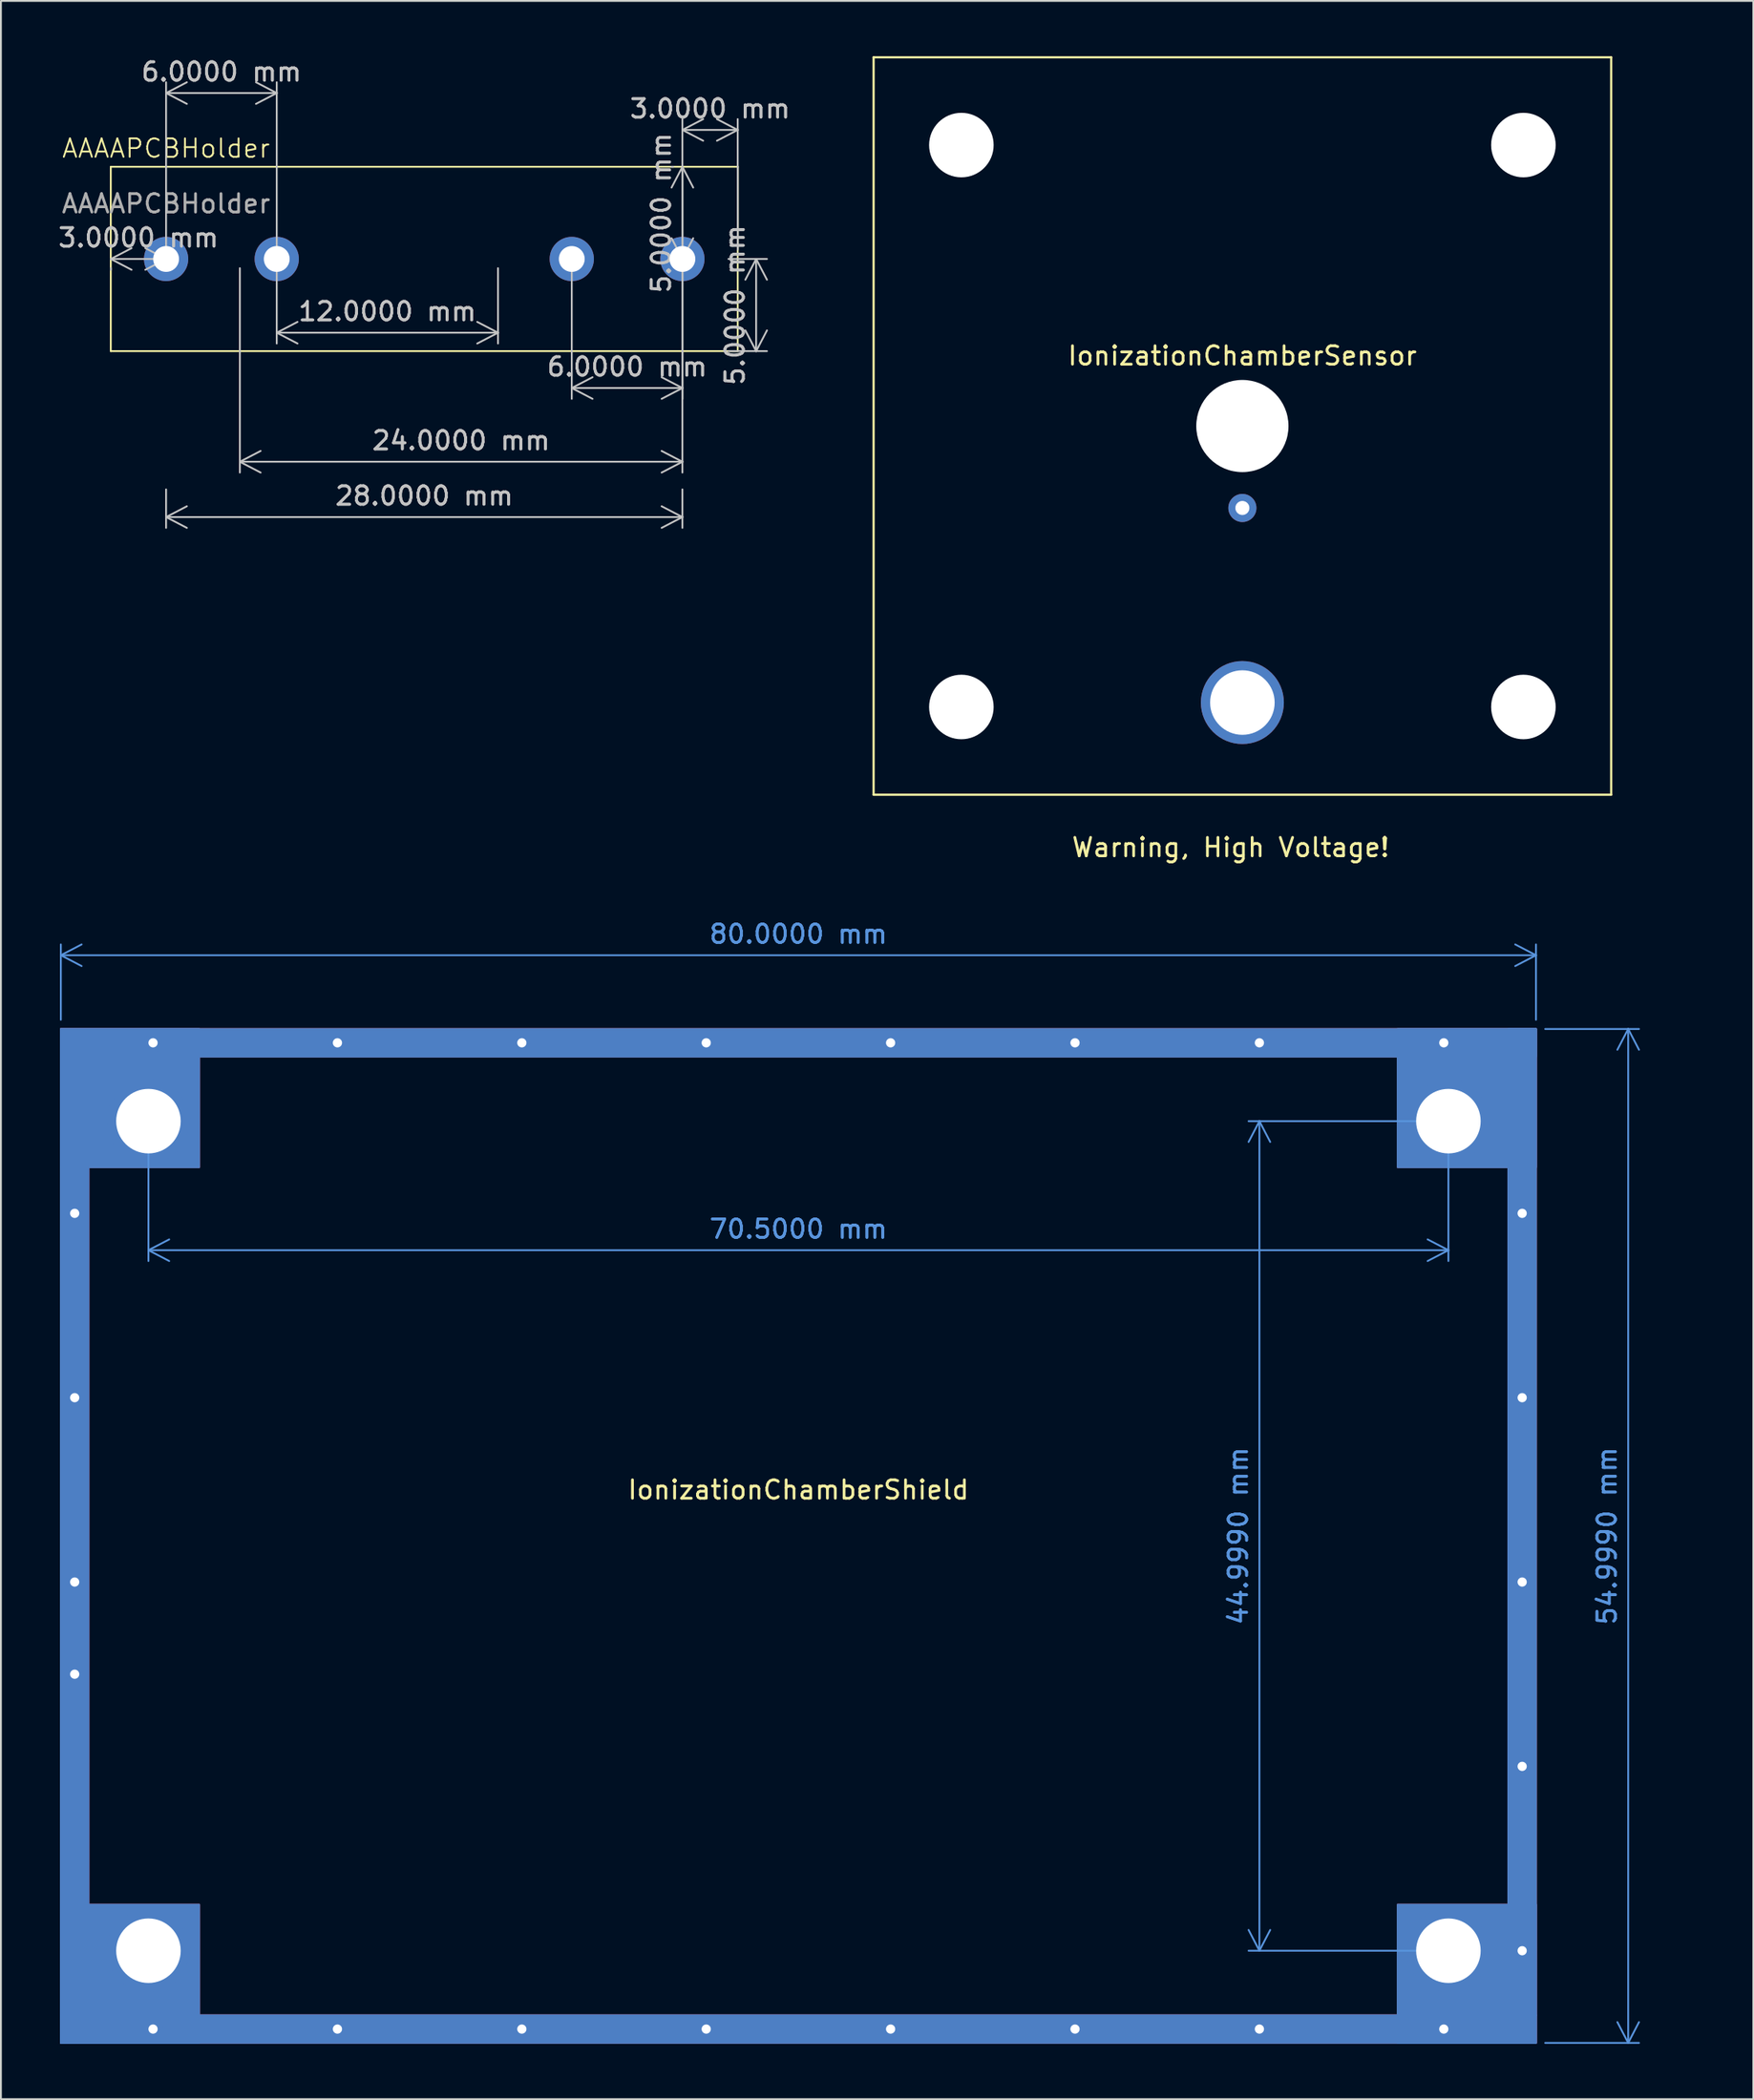
<source format=kicad_pcb>
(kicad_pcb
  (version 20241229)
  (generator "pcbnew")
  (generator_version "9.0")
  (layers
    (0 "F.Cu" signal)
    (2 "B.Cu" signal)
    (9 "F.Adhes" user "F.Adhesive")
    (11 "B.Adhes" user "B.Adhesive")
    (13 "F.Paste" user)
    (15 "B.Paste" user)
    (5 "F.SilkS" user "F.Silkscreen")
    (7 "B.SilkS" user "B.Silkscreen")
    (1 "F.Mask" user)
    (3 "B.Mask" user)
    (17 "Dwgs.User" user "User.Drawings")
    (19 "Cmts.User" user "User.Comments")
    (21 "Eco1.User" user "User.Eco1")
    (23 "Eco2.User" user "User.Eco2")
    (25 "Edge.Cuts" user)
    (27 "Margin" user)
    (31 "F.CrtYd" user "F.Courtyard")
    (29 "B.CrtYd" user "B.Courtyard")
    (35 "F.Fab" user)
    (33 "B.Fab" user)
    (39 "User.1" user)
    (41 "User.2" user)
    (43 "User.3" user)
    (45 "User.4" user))
  (footprint "IonizationChamberSensor"
    (layer "F.Cu")
    (at 64.327 20.06)
    (property "Reference" "IonizationChamberSensor" (at 0 -3.81 0) (layer "F.SilkS") (effects (font (size 1 1) (thickness 0.15))))
    (attr through_hole)
    (fp_line (start -20 -20) (end 20 -20) (stroke (width 0.12) (type solid)) (layer "F.SilkS"))
    (fp_line (start -20 20) (end -20 -20) (stroke (width 0.12) (type solid)) (layer "F.SilkS"))
    (fp_line (start 20 -20) (end 20 20) (stroke (width 0.12) (type solid)) (layer "F.SilkS"))
    (fp_line (start 20 20) (end -20 20) (stroke (width 0.12) (type solid)) (layer "F.SilkS"))
    (fp_text user "Warning, High Voltage!" (at -0.635 22.86 0) (layer "F.SilkS") (effects (font (size 1 1) (thickness 0.15))))
    (pad "" np_thru_hole circle (at -15.24 -15.24) (size 3.5 3.5) (drill 3.5) (layers "*.Cu" "*.Mask"))
    (pad "" np_thru_hole circle (at -15.24 15.24) (size 3.5 3.5) (drill 3.5) (layers "*.Cu" "*.Mask"))
    (pad "" np_thru_hole circle (at 0 0) (size 5 5) (drill 5) (layers "*.Cu" "*.Mask"))
    (pad "" np_thru_hole circle (at 15.24 -15.24) (size 3.5 3.5) (drill 3.5) (layers "*.Cu" "*.Mask"))
    (pad "" np_thru_hole circle (at 15.24 15.24) (size 3.5 3.5) (drill 3.5) (layers "*.Cu" "*.Mask"))
    (pad "1" thru_hole circle (at 0 15) (size 4.5 4.5) (drill 3.5) (layers "*.Cu" "*.Mask"))
    (pad "2" thru_hole circle (at 0 4.445) (size 1.524 1.524) (drill 0.762) (layers "*.Cu" "*.Mask")))
  (footprint "AAAAPCBHolder"
    (layer "F.Cu")
    (at 5.958 10.998)
    (property "Reference" "AAAAPCBHolder" (at 0 -6 0) (unlocked yes) (layer "F.SilkS") (effects (font (size 1 1) (thickness 0.1))))
    (attr through_hole)
    (fp_line (start -3 -5) (end -3 5) (stroke (width 0.1) (type default)) (layer "F.SilkS"))
    (fp_line (start -3 5) (end 31 5) (stroke (width 0.1) (type default)) (layer "F.SilkS"))
    (fp_line (start 31 -5) (end -3 -5) (stroke (width 0.1) (type default)) (layer "F.SilkS"))
    (fp_line (start 31 0) (end 31 -5) (stroke (width 0.1) (type default)) (layer "F.SilkS"))
    (fp_line (start 31 5) (end 31 0) (stroke (width 0.1) (type default)) (layer "F.SilkS"))
    (fp_text user "${REFERENCE}" (at 0 -3 0) (unlocked yes) (layer "F.Fab") (effects (font (size 1 1) (thickness 0.15))))
    (dimension (type aligned) (layer "Dwgs.User") (pts (xy 33.958 10.998) (xy 36.958 10.998)) (height -7) (format (prefix "") (suffix "") (units 3) (units_format 1) (precision 4)) (style (thickness 0.1) (arrow_length 1.27) (text_position_mode 0) (arrow_direction outward) (extension_height 0.586) (extension_offset 0.5) (keep_text_aligned yes)) (gr_text "3.0000 mm" (at 35.458 2.848 0) (layer "Dwgs.User") (effects (font (size 1 1) (thickness 0.15)))))
    (dimension (type aligned) (layer "Dwgs.User") (pts (xy 33.958 10.998) (xy 33.958 5.998)) (height 0) (format (prefix "") (suffix "") (units 3) (units_format 1) (precision 4)) (style (thickness 0.1) (arrow_length 1.27) (text_position_mode 0) (arrow_direction outward) (extension_height 0.586) (extension_offset 0.5) (keep_text_aligned yes)) (gr_text "5.0000 mm" (at 32.808 8.498 90) (layer "Dwgs.User") (effects (font (size 1 1) (thickness 0.15)))))
    (dimension (type aligned) (layer "Dwgs.User") (pts (xy 5.958 22.998) (xy 33.958 22.998)) (height 2) (format (prefix "") (suffix "") (units 3) (units_format 1) (precision 4)) (style (thickness 0.1) (arrow_length 1.27) (text_position_mode 0) (arrow_direction outward) (extension_height 0.586) (extension_offset 0.5) (keep_text_aligned yes)) (gr_text "28.0000 mm" (at 19.958 23.848 0) (layer "Dwgs.User") (effects (font (size 1 1) (thickness 0.15)))))
    (dimension (type aligned) (layer "Dwgs.User") (pts (xy 35.958 10.998) (xy 35.958 15.998)) (height -2) (format (prefix "") (suffix "") (units 3) (units_format 1) (precision 4)) (style (thickness 0.1) (arrow_length 1.27) (text_position_mode 0) (arrow_direction outward) (extension_height 0.586) (extension_offset 0.5) (keep_text_aligned yes)) (gr_text "5.0000 mm" (at 36.808 13.498 90) (layer "Dwgs.User") (effects (font (size 1 1) (thickness 0.15)))))
    (dimension (type aligned) (layer "Dwgs.User") (pts (xy 11.958 10.998) (xy 23.958 10.998)) (height 4) (format (prefix "") (suffix "") (units 3) (units_format 1) (precision 4)) (style (thickness 0.1) (arrow_length 1.27) (text_position_mode 0) (arrow_direction outward) (extension_height 0.586) (extension_offset 0.5) (keep_text_aligned yes)) (gr_text "12.0000 mm" (at 17.958 13.848 0) (layer "Dwgs.User") (effects (font (size 1 1) (thickness 0.15)))))
    (dimension (type aligned) (layer "Dwgs.User") (pts (xy 5.958 10.998) (xy 2.958 10.998)) (height 0) (format (prefix "") (suffix "") (units 3) (units_format 1) (precision 4)) (style (thickness 0.1) (arrow_length 1.27) (text_position_mode 0) (arrow_direction outward) (extension_height 0.586) (extension_offset 0.5) (keep_text_aligned yes)) (gr_text "3.0000 mm" (at 4.458 9.848 0) (layer "Dwgs.User") (effects (font (size 1 1) (thickness 0.15)))))
    (dimension (type aligned) (layer "Dwgs.User") (pts (xy 9.958 10.998) (xy 33.958 10.998)) (height 11) (format (prefix "") (suffix "") (units 3) (units_format 1) (precision 4)) (style (thickness 0.1) (arrow_length 1.27) (text_position_mode 0) (arrow_direction outward) (extension_height 0.586) (extension_offset 0.5) (keep_text_aligned yes)) (gr_text "24.0000 mm" (at 21.958 20.848 0) (layer "Dwgs.User") (effects (font (size 1 1) (thickness 0.15)))))
    (dimension (type aligned) (layer "Dwgs.User") (pts (xy 5.958 10.998) (xy 11.958 10.998)) (height -9) (format (prefix "") (suffix "") (units 3) (units_format 1) (precision 4)) (style (thickness 0.1) (arrow_length 1.27) (text_position_mode 0) (arrow_direction outward) (extension_height 0.586) (extension_offset 0.5) (keep_text_aligned yes)) (gr_text "6.0000 mm" (at 8.958 0.848 0) (layer "Dwgs.User") (effects (font (size 1 1) (thickness 0.15)))))
    (dimension (type aligned) (layer "Dwgs.User") (pts (xy 27.958 10.998) (xy 33.958 10.998)) (height 7) (format (prefix "") (suffix "") (units 3) (units_format 1) (precision 4)) (style (thickness 0.1) (arrow_length 1.27) (text_position_mode 0) (arrow_direction outward) (extension_height 0.586) (extension_offset 0.5) (keep_text_aligned yes)) (gr_text "6.0000 mm" (at 30.958 16.848 0) (layer "Dwgs.User") (effects (font (size 1 1) (thickness 0.15)))))
    (pad "1" thru_hole circle (at 0 0) (size 2.4 2.4) (drill 1.4) (layers "*.Cu" "*.Mask"))
    (pad "1" thru_hole circle (at 6 0) (size 2.4 2.4) (drill 1.4) (layers "*.Cu" "*.Mask"))
    (pad "2" thru_hole circle (at 22 0) (size 2.4 2.4) (drill 1.4) (layers "*.Cu" "*.Mask"))
    (pad "2" thru_hole circle (at 28 0) (size 2.4 2.4) (drill 1.4) (layers "*.Cu" "*.Mask")))
  (footprint "IonizationChamberShield"
    (layer "F.Cu")
    (at 0.25 52.767)
    (property "Reference" "IonizationChamberShield" (at 40 25 0) (layer "F.SilkS") (effects (font (size 1 1) (thickness 0.15))))
    (attr through_hole)
    (fp_poly (pts (xy 0 1.5) (xy 1.5 1.5) (xy 1.5 48.5) (xy 0 48.5)) (stroke (width 0.1) (type solid)) (fill yes) (layer "F.Cu"))
    (fp_poly (pts (xy 0 1.5) (xy 80 1.5) (xy 80 0) (xy 0 0)) (stroke (width 0.1) (type solid)) (fill yes) (layer "F.Cu"))
    (fp_poly (pts (xy 0 53.5) (xy 1.5 53.5) (xy 1.5 50) (xy 0 50)) (stroke (width 0.1) (type solid)) (fill yes) (layer "F.Cu"))
    (fp_poly (pts (xy 0 55) (xy 0 47.5) (xy 7.5 47.5) (xy 7.5 55)) (stroke (width 0.1) (type solid)) (fill yes) (layer "F.Cu"))
    (fp_poly (pts (xy 0 55) (xy 80 55) (xy 80 53.5) (xy 0 53.5)) (stroke (width 0.1) (type solid)) (fill yes) (layer "F.Cu"))
    (fp_poly (pts (xy 7.5 0) (xy 7.5 7.5) (xy 0 7.5) (xy 0 0)) (stroke (width 0.1) (type solid)) (fill yes) (layer "F.Cu"))
    (fp_poly (pts (xy 80 0) (xy 78.5 0) (xy 78.5 53.5) (xy 80 53.5)) (stroke (width 0.1) (type solid)) (fill yes) (layer "F.Cu"))
    (fp_poly (pts (xy 80 7.5) (xy 72.5 7.5) (xy 72.5 0) (xy 80 0)) (stroke (width 0.1) (type solid)) (fill yes) (layer "F.Cu"))
    (fp_poly (pts (xy 80 55) (xy 72.5 55) (xy 72.5 47.5) (xy 80 47.5)) (stroke (width 0.1) (type solid)) (fill yes) (layer "F.Cu"))
    (fp_poly (pts (xy 0 1.5) (xy 80 1.5) (xy 80 0) (xy 0 0)) (stroke (width 0.1) (type solid)) (fill yes) (layer "F.Mask"))
    (fp_poly (pts (xy 0 7) (xy 1.5 7) (xy 1.5 48) (xy 0 48)) (stroke (width 0.1) (type solid)) (fill yes) (layer "F.Mask"))
    (fp_poly (pts (xy 0 53.5) (xy 1.5 53.5) (xy 1.5 50) (xy 0 50)) (stroke (width 0.1) (type solid)) (fill yes) (layer "F.Mask"))
    (fp_poly (pts (xy 0 55) (xy 0 47.5) (xy 7.5 47.5) (xy 7.5 55)) (stroke (width 0.1) (type solid)) (fill yes) (layer "F.Mask"))
    (fp_poly (pts (xy 0 55) (xy 80 55) (xy 80 53.5) (xy 0 53.5)) (stroke (width 0.1) (type solid)) (fill yes) (layer "F.Mask"))
    (fp_poly (pts (xy 7.5 0) (xy 7.5 7.5) (xy 0 7.5) (xy 0 0)) (stroke (width 0.1) (type solid)) (fill yes) (layer "F.Mask"))
    (fp_poly (pts (xy 80 0) (xy 78.5 0) (xy 78.5 53.5) (xy 80 53.5)) (stroke (width 0.1) (type solid)) (fill yes) (layer "F.Mask"))
    (fp_poly (pts (xy 80 7.5) (xy 72.5 7.5) (xy 72.5 0) (xy 80 0)) (stroke (width 0.1) (type solid)) (fill yes) (layer "F.Mask"))
    (fp_poly (pts (xy 80 55) (xy 72.5 55) (xy 72.5 47.5) (xy 80 47.5)) (stroke (width 0.1) (type solid)) (fill yes) (layer "F.Mask"))
    (fp_poly (pts (xy 0 1.5) (xy 1.5 1.5) (xy 1.5 49.5) (xy 0 49.5)) (stroke (width 0.1) (type solid)) (fill yes) (layer "B.Cu"))
    (fp_poly (pts (xy 0 1.5) (xy 80 1.5) (xy 80 0) (xy 0 0)) (stroke (width 0.1) (type solid)) (fill yes) (layer "B.Cu"))
    (fp_poly (pts (xy 0 53.5) (xy 1.5 53.5) (xy 1.5 50) (xy 0 50)) (stroke (width 0.1) (type solid)) (fill yes) (layer "B.Cu"))
    (fp_poly (pts (xy 0 55) (xy 0 47.5) (xy 7.5 47.5) (xy 7.5 55)) (stroke (width 0.1) (type solid)) (fill yes) (layer "B.Cu"))
    (fp_poly (pts (xy 0 55) (xy 80 55) (xy 80 53.5) (xy 0 53.5)) (stroke (width 0.1) (type solid)) (fill yes) (layer "B.Cu"))
    (fp_poly (pts (xy 7.5 0) (xy 7.5 7.5) (xy 0 7.5) (xy 0 0)) (stroke (width 0.1) (type solid)) (fill yes) (layer "B.Cu"))
    (fp_poly (pts (xy 80 0) (xy 78.5 0) (xy 78.5 53.5) (xy 80 53.5)) (stroke (width 0.1) (type solid)) (fill yes) (layer "B.Cu"))
    (fp_poly (pts (xy 80 7.5) (xy 72.5 7.5) (xy 72.5 0) (xy 80 0)) (stroke (width 0.1) (type solid)) (fill yes) (layer "B.Cu"))
    (fp_poly (pts (xy 80 55) (xy 72.5 55) (xy 72.5 47.5) (xy 80 47.5)) (stroke (width 0.1) (type solid)) (fill yes) (layer "B.Cu"))
    (fp_poly (pts (xy 0 1.5) (xy 1.5 1.5) (xy 1.5 47.5) (xy 0 47.5)) (stroke (width 0.1) (type solid)) (fill yes) (layer "B.Mask"))
    (fp_poly (pts (xy 0 1.5) (xy 80 1.5) (xy 80 0) (xy 0 0)) (stroke (width 0.1) (type solid)) (fill yes) (layer "B.Mask"))
    (fp_poly (pts (xy 0 53.5) (xy 1.5 53.5) (xy 1.5 50) (xy 0 50)) (stroke (width 0.1) (type solid)) (fill yes) (layer "B.Mask"))
    (fp_poly (pts (xy 0 55) (xy 0 47.5) (xy 7.5 47.5) (xy 7.5 55)) (stroke (width 0.1) (type solid)) (fill yes) (layer "B.Mask"))
    (fp_poly (pts (xy 0 55) (xy 80 55) (xy 80 53.5) (xy 0 53.5)) (stroke (width 0.1) (type solid)) (fill yes) (layer "B.Mask"))
    (fp_poly (pts (xy 7.5 0) (xy 7.5 7.5) (xy 0 7.5) (xy 0 0)) (stroke (width 0.1) (type solid)) (fill yes) (layer "B.Mask"))
    (fp_poly (pts (xy 80 0) (xy 78.5 0) (xy 78.5 53.5) (xy 80 53.5)) (stroke (width 0.1) (type solid)) (fill yes) (layer "B.Mask"))
    (fp_poly (pts (xy 80 7.5) (xy 72.5 7.5) (xy 72.5 0) (xy 80 0)) (stroke (width 0.1) (type solid)) (fill yes) (layer "B.Mask"))
    (fp_poly (pts (xy 80 55) (xy 72.5 55) (xy 72.5 47.5) (xy 80 47.5)) (stroke (width 0.1) (type solid)) (fill yes) (layer "B.Mask"))
    (dimension (type aligned) (layer "Cmts.User") (pts (xy 0.25 52.767) (xy 80.25 52.767)) (height -4) (format (prefix "") (suffix "") (units 3) (units_format 1) (precision 4)) (style (thickness 0.1) (arrow_length 1.27) (text_position_mode 0) (arrow_direction outward) (extension_height 0.586) (extension_offset 0.5) (keep_text_aligned yes)) (gr_text "80.0000 mm" (at 40.25 47.617 0) (layer "Cmts.User") (effects (font (size 1 1) (thickness 0.15)))))
    (dimension (type aligned) (layer "Cmts.User") (pts (xy 75.5 57.767) (xy 75.5 102.766)) (height 10.25) (format (prefix "") (suffix "") (units 3) (units_format 1) (precision 4)) (style (thickness 0.1) (arrow_length 1.27) (text_position_mode 0) (arrow_direction outward) (extension_height 0.586) (extension_offset 0.5) (keep_text_aligned yes)) (gr_text "45.0000 mm" (at 64.1 80.266 90) (layer "Cmts.User") (effects (font (size 1 1) (thickness 0.15)))))
    (dimension (type aligned) (layer "Cmts.User") (pts (xy 80.25 107.766) (xy 80.25 52.767)) (height 5) (format (prefix "") (suffix "") (units 3) (units_format 1) (precision 4)) (style (thickness 0.1) (arrow_length 1.27) (text_position_mode 0) (arrow_direction outward) (extension_height 0.586) (extension_offset 0.5) (keep_text_aligned yes)) (gr_text "55.0000 mm" (at 84.1 80.266 90) (layer "Cmts.User") (effects (font (size 1 1) (thickness 0.15)))))
    (dimension (type aligned) (layer "Cmts.User") (pts (xy 5 57.767) (xy 75.5 57.767)) (height 7) (format (prefix "") (suffix "") (units 3) (units_format 1) (precision 4)) (style (thickness 0.1) (arrow_length 1.27) (text_position_mode 0) (arrow_direction outward) (extension_height 0.586) (extension_offset 0.5) (keep_text_aligned yes)) (gr_text "70.5000 mm" (at 40.25 63.617 0) (layer "Cmts.User") (effects (font (size 1 1) (thickness 0.15)))))
    (pad "" np_thru_hole circle (at 0.75 10) (size 1 1) (drill 0.5) (layers "*.Cu" "*.Mask"))
    (pad "" np_thru_hole circle (at 0.75 20) (size 1 1) (drill 0.5) (layers "*.Cu" "*.Mask"))
    (pad "" np_thru_hole circle (at 0.75 30) (size 1 1) (drill 0.5) (layers "*.Cu" "*.Mask"))
    (pad "" np_thru_hole circle (at 0.75 35) (size 1 1) (drill 0.5) (layers "*.Cu" "*.Mask"))
    (pad "" np_thru_hole circle (at 4.75 5) (size 4.5 4.5) (drill 3.5) (layers "*.Cu" "*.Mask"))
    (pad "" np_thru_hole circle (at 4.75 50) (size 4.5 4.5) (drill 3.5) (layers "*.Cu" "*.Mask"))
    (pad "" np_thru_hole circle (at 5 0.75) (size 1 1) (drill 0.5) (layers "*.Cu" "*.Mask"))
    (pad "" np_thru_hole circle (at 5 54.25) (size 1 1) (drill 0.5) (layers "*.Cu" "*.Mask"))
    (pad "" np_thru_hole circle (at 15 0.75) (size 1 1) (drill 0.5) (layers "*.Cu" "*.Mask"))
    (pad "" np_thru_hole circle (at 15 54.25) (size 1 1) (drill 0.5) (layers "*.Cu" "*.Mask"))
    (pad "" np_thru_hole circle (at 25 0.75) (size 1 1) (drill 0.5) (layers "*.Cu" "*.Mask"))
    (pad "" np_thru_hole circle (at 25 54.25) (size 1 1) (drill 0.5) (layers "*.Cu" "*.Mask"))
    (pad "" np_thru_hole circle (at 35 0.75) (size 1 1) (drill 0.5) (layers "*.Cu" "*.Mask"))
    (pad "" np_thru_hole circle (at 35 54.25) (size 1 1) (drill 0.5) (layers "*.Cu" "*.Mask"))
    (pad "" np_thru_hole circle (at 45 0.75) (size 1 1) (drill 0.5) (layers "*.Cu" "*.Mask"))
    (pad "" np_thru_hole circle (at 45 54.25) (size 1 1) (drill 0.5) (layers "*.Cu" "*.Mask"))
    (pad "" np_thru_hole circle (at 55 0.75) (size 1 1) (drill 0.5) (layers "*.Cu" "*.Mask"))
    (pad "" np_thru_hole circle (at 65 0.75) (size 1 1) (drill 0.5) (layers "*.Cu" "*.Mask"))
    (pad "" np_thru_hole circle (at 65 54.25) (size 1 1) (drill 0.5) (layers "*.Cu" "*.Mask"))
    (pad "" np_thru_hole circle (at 75 0.75) (size 1 1) (drill 0.5) (layers "*.Cu" "*.Mask"))
    (pad "" np_thru_hole circle (at 75 54.25) (size 1 1) (drill 0.5) (layers "*.Cu" "*.Mask"))
    (pad "" np_thru_hole circle (at 75.25 5) (size 4.5 4.5) (drill 3.5) (layers "*.Cu" "*.Mask"))
    (pad "" np_thru_hole circle (at 75.25 50) (size 4.5 4.5) (drill 3.5) (layers "*.Cu" "*.Mask"))
    (pad "" np_thru_hole circle (at 79.25 10) (size 1 1) (drill 0.5) (layers "*.Cu" "*.Mask"))
    (pad "" np_thru_hole circle (at 79.25 20) (size 1 1) (drill 0.5) (layers "*.Cu" "*.Mask"))
    (pad "" np_thru_hole circle (at 79.25 30) (size 1 1) (drill 0.5) (layers "*.Cu" "*.Mask"))
    (pad "" np_thru_hole circle (at 79.25 40) (size 1 1) (drill 0.5) (layers "*.Cu" "*.Mask"))
    (pad "" np_thru_hole circle (at 79.25 50) (size 1 1) (drill 0.5) (layers "*.Cu" "*.Mask"))
    (pad "1" thru_hole circle (at 55 54.25) (size 1 1) (drill 0.5) (layers "*.Cu" "*.Mask")))
  (gr_rect
    (start -3 -3)
    (end 92.035 110.817)
    (stroke (width 0.1) (type default))
    (fill no)
    (layer "Edge.Cuts")))
</source>
